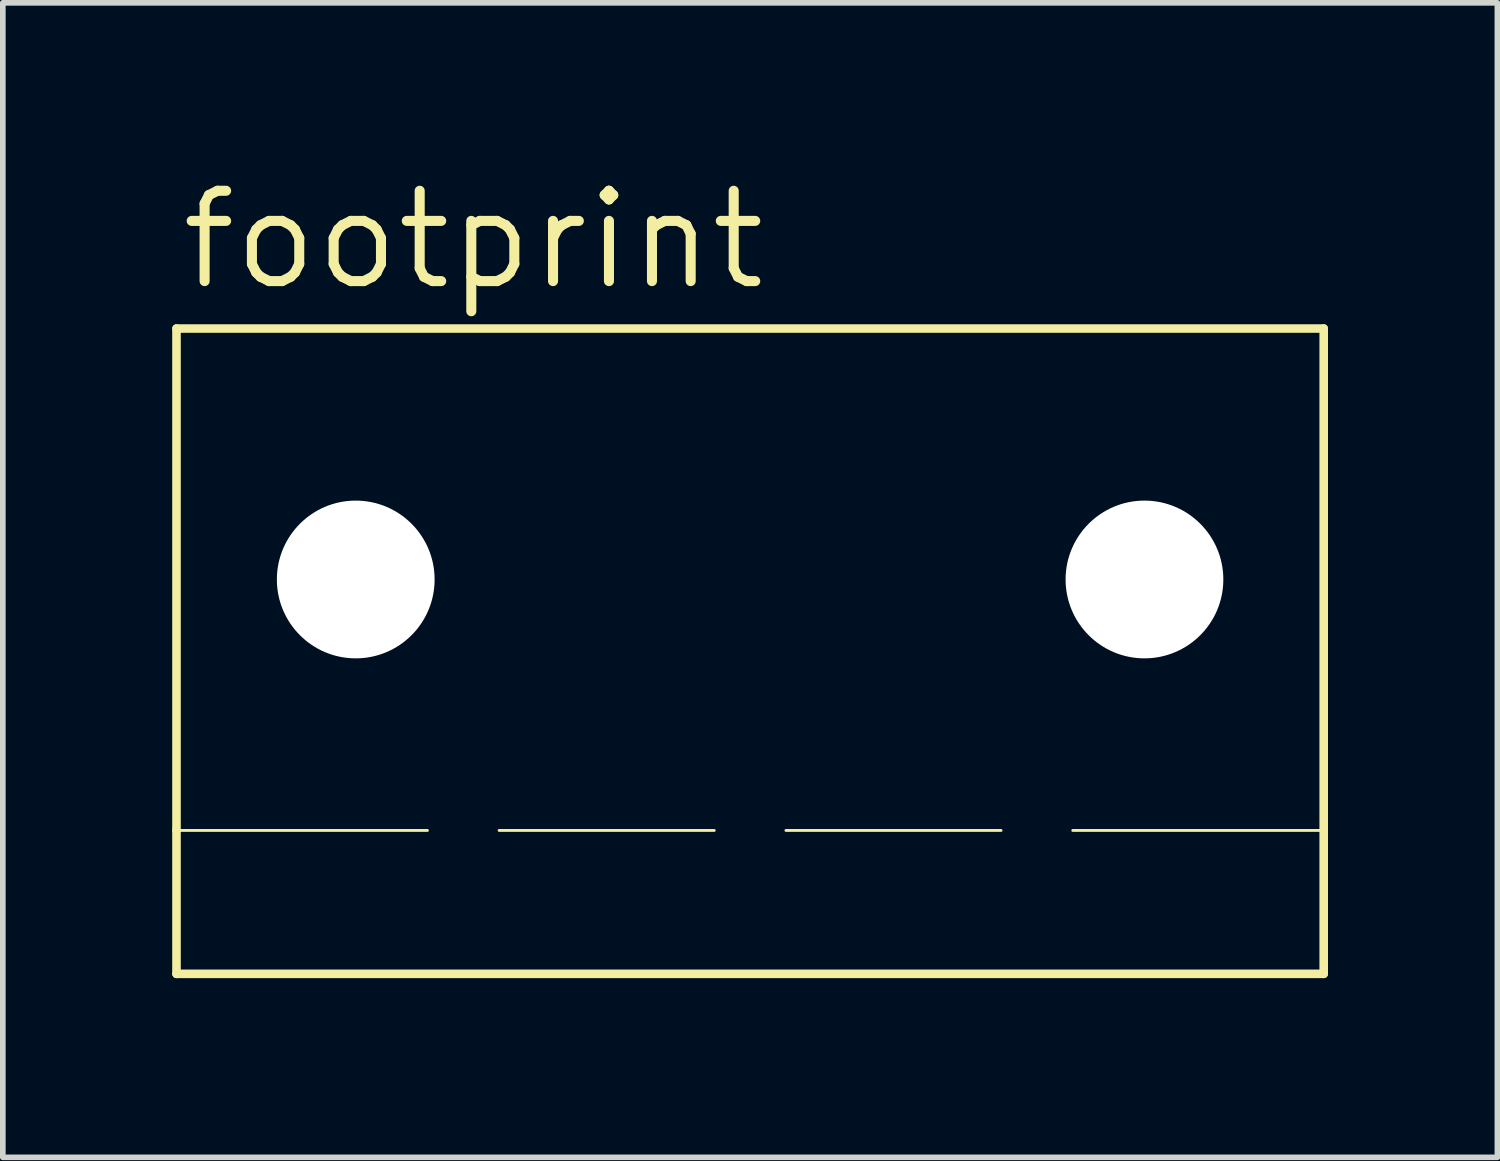
<source format=kicad_pcb>
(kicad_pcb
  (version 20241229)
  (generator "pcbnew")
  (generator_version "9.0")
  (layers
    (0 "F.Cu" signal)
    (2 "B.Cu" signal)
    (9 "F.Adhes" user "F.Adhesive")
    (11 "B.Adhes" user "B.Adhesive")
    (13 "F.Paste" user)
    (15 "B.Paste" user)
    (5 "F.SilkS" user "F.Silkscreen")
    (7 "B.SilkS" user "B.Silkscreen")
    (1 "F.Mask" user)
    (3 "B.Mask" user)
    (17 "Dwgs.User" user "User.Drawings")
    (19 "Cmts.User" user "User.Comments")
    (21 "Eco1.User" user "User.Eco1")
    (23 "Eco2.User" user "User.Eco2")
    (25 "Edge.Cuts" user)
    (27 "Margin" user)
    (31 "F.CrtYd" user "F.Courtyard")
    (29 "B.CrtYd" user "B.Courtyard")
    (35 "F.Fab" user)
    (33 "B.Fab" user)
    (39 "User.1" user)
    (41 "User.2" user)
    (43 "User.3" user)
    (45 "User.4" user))
  (footprint "footprint"
    (layer "F.Cu")
    (at 10.236 14.199)
    (property "Reference" "footprint" (at -10.16 -12.065 0) (layer "F.SilkS") (effects (font (size 1.6 1.6) (thickness 0.178)) (justify left bottom)))
    (fp_line (start -10.16 -2.54) (end -10.16 -11.43) (stroke (width 0.152) (type solid)) (layer "F.SilkS"))
    (fp_line (start -10.16 -2.54) (end -5.715 -2.54) (stroke (width 0.051) (type solid)) (layer "F.SilkS"))
    (fp_line (start -10.16 0) (end -10.16 -2.54) (stroke (width 0.152) (type solid)) (layer "F.SilkS"))
    (fp_line (start -10.16 0) (end 10.16 0) (stroke (width 0.152) (type solid)) (layer "F.SilkS"))
    (fp_line (start -4.445 -2.54) (end -0.635 -2.54) (stroke (width 0.051) (type solid)) (layer "F.SilkS"))
    (fp_line (start 0.635 -2.54) (end 4.445 -2.54) (stroke (width 0.051) (type solid)) (layer "F.SilkS"))
    (fp_line (start 5.715 -2.54) (end 10.16 -2.54) (stroke (width 0.051) (type solid)) (layer "F.SilkS"))
    (fp_line (start 10.16 -11.43) (end -10.16 -11.43) (stroke (width 0.152) (type solid)) (layer "F.SilkS"))
    (fp_line (start 10.16 -11.43) (end 10.16 -2.54) (stroke (width 0.152) (type solid)) (layer "F.SilkS"))
    (fp_line (start 10.16 -2.54) (end 10.16 0) (stroke (width 0.152) (type solid)) (layer "F.SilkS"))
    (pad "" np_thru_hole circle (at -6.985 -6.985) (size 2.794 2.794) (drill 2.794) (layers "*.Cu" "*.Mask"))
    (pad "" np_thru_hole circle (at 6.985 -6.985) (size 2.794 2.794) (drill 2.794) (layers "*.Cu" "*.Mask")))
  (gr_rect
    (start -3 -3)
    (end 23.472 17.449)
    (stroke (width 0.1) (type default))
    (fill no)
    (layer "Edge.Cuts")))
</source>
